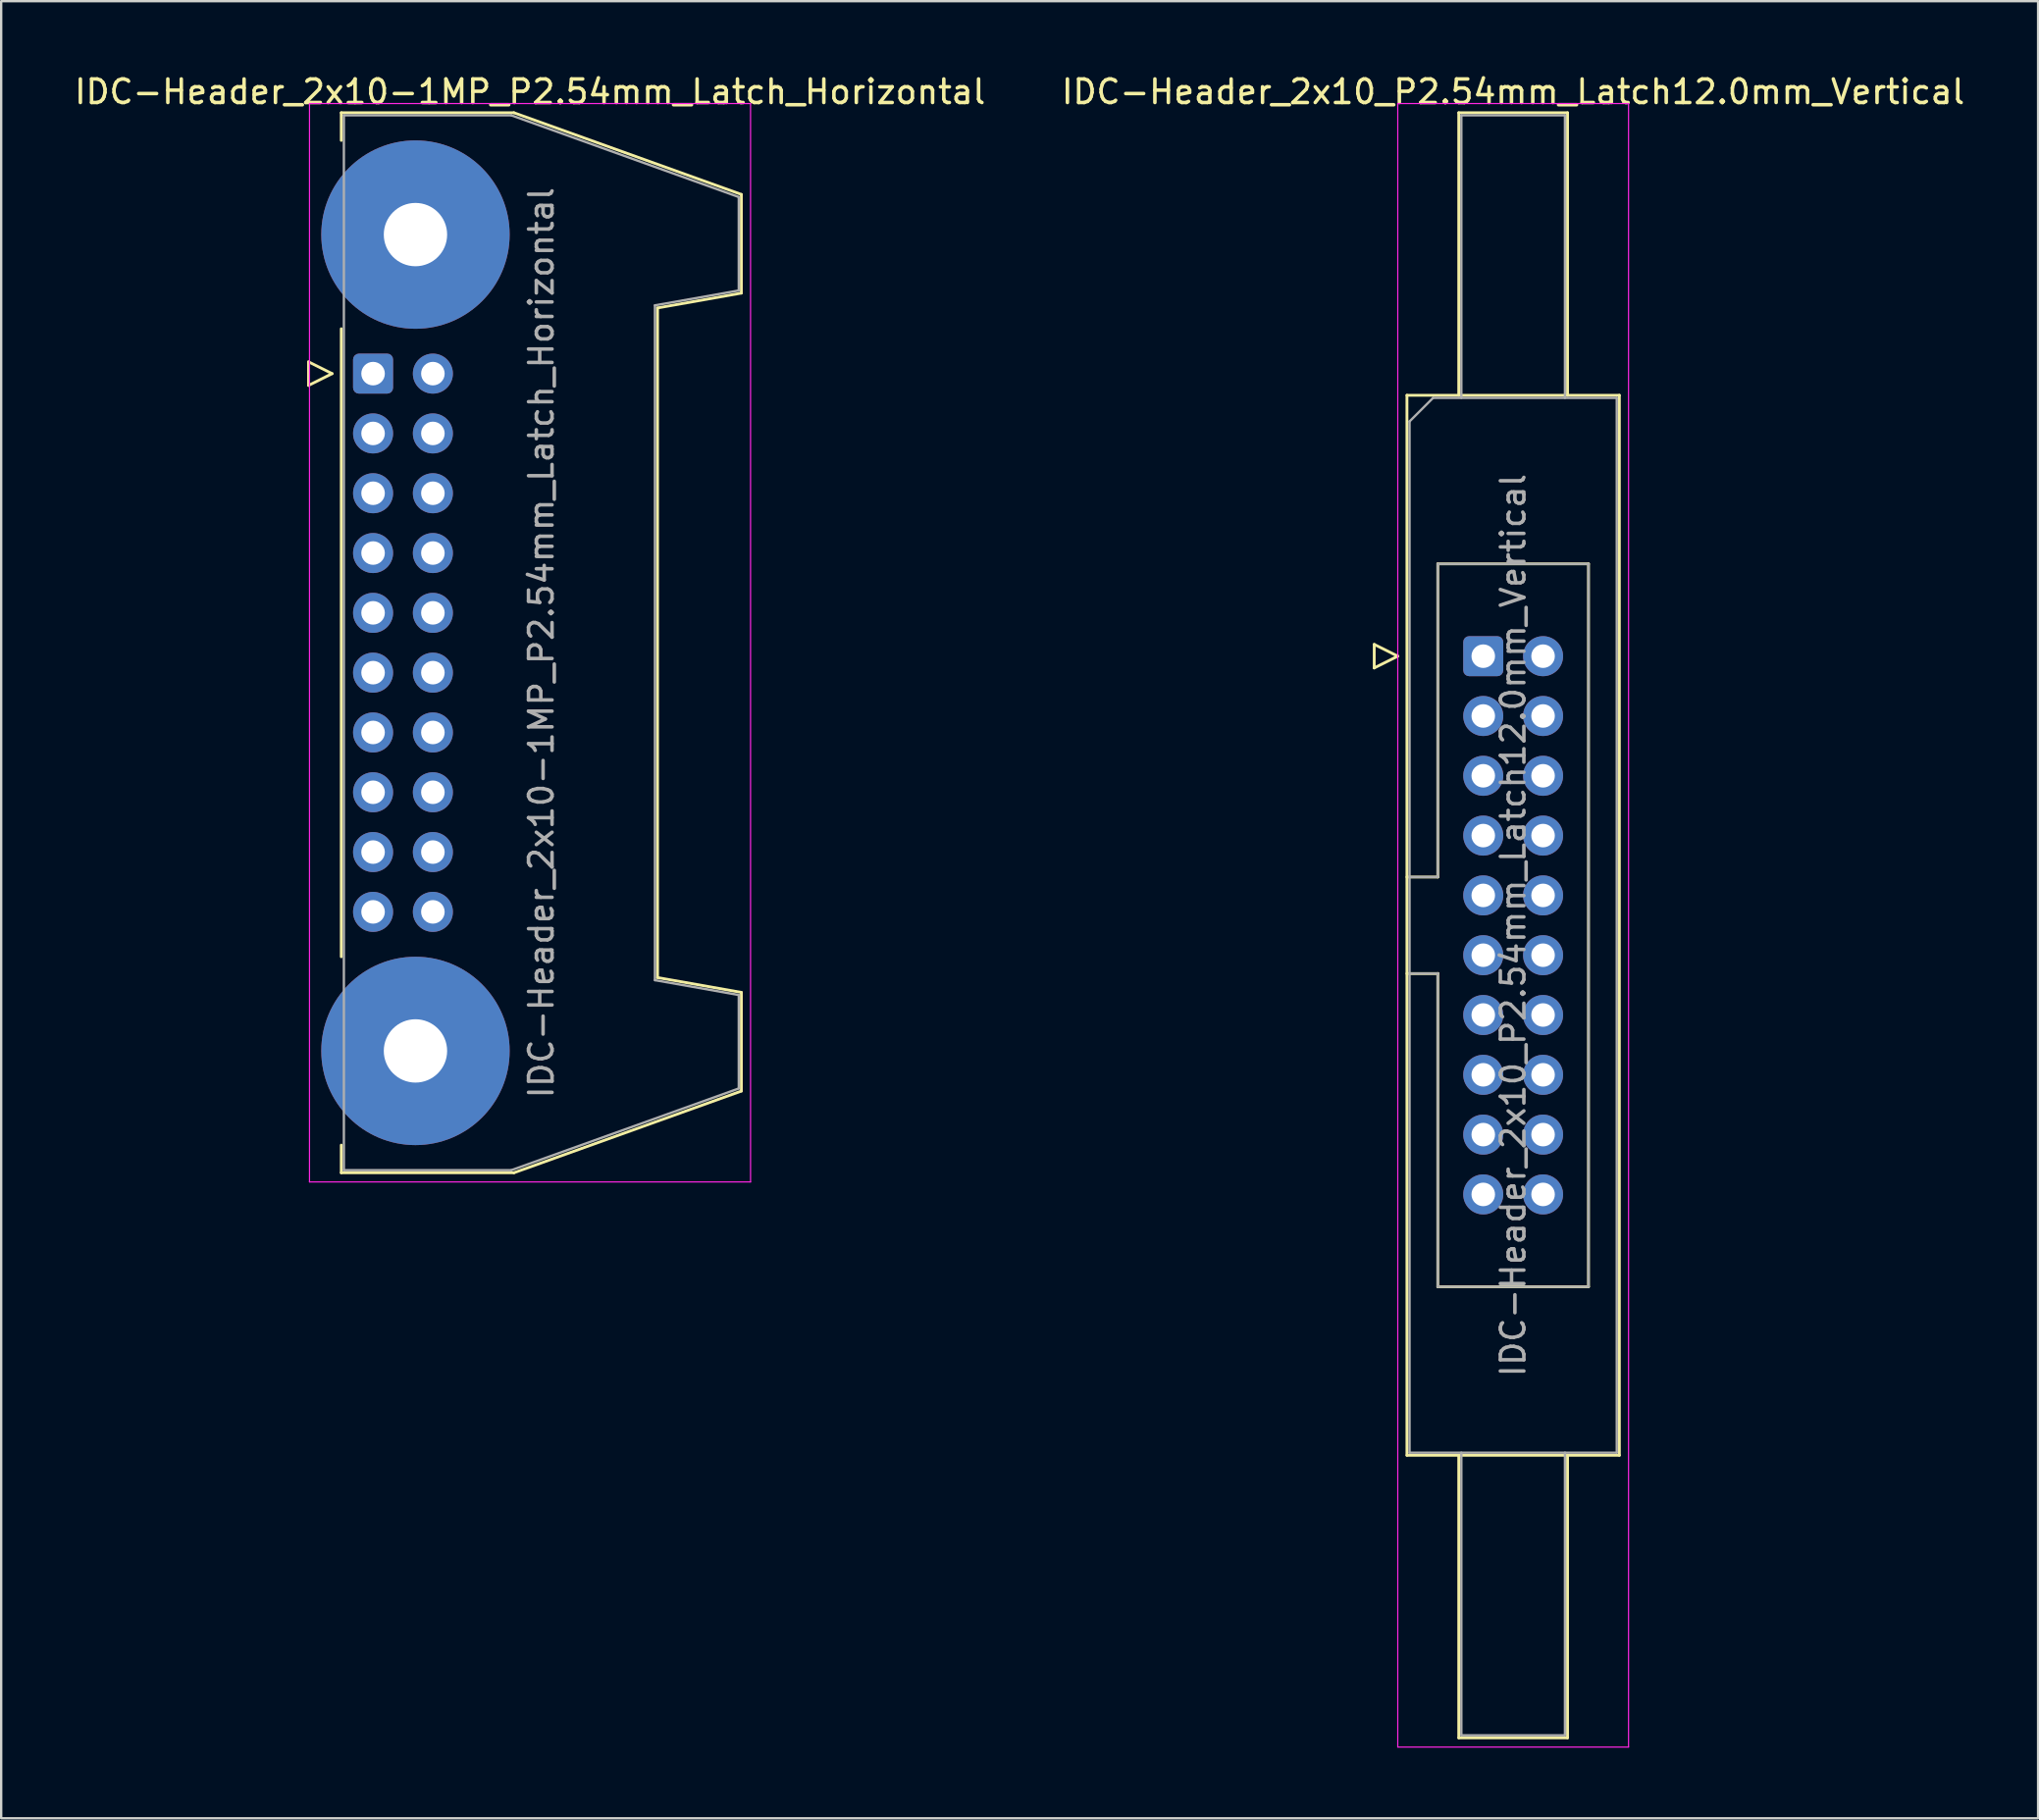
<source format=kicad_pcb>
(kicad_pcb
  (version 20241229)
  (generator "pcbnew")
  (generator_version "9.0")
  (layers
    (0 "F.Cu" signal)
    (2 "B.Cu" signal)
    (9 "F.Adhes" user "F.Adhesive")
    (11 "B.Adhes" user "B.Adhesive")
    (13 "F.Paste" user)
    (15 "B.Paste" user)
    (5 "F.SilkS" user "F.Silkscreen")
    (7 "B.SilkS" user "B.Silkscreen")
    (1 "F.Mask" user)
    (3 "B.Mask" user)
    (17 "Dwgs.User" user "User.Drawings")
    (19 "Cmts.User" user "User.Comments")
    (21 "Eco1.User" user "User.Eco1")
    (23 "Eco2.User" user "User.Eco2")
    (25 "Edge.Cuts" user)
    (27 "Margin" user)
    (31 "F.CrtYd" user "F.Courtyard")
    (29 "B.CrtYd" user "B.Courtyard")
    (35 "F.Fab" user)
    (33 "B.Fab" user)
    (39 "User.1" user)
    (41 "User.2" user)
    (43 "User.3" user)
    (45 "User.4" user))
  (footprint "IDC-Header_2x10-1MP_P2.54mm_Latch_Horizontal"
    (layer "F.Cu")
    (at 12.793 12.818)
    (property "Reference" "IDC-Header_2x10-1MP_P2.54mm_Latch_Horizontal" (at 6.665 -11.97 0) (layer "F.SilkS") (effects (font (size 1 1) (thickness 0.15))))
    (attr through_hole)
    (fp_line (start -2.74 -0.5) (end -2.74 0.5) (stroke (width 0.12) (type solid)) (layer "F.SilkS"))
    (fp_line (start -2.74 0.5) (end -1.74 0) (stroke (width 0.12) (type solid)) (layer "F.SilkS"))
    (fp_line (start -1.74 0) (end -2.74 -0.5) (stroke (width 0.12) (type solid)) (layer "F.SilkS"))
    (fp_line (start -1.35 -11.08) (end -1.35 -9.905) (stroke (width 0.12) (type solid)) (layer "F.SilkS"))
    (fp_line (start -1.35 -11.08) (end 5.98 -11.08) (stroke (width 0.12) (type solid)) (layer "F.SilkS"))
    (fp_line (start -1.35 -1.905) (end -1.35 24.765) (stroke (width 0.12) (type solid)) (layer "F.SilkS"))
    (fp_line (start -1.35 32.765) (end -1.35 33.94) (stroke (width 0.12) (type solid)) (layer "F.SilkS"))
    (fp_line (start 5.98 -11.08) (end 15.64 -7.61) (stroke (width 0.12) (type solid)) (layer "F.SilkS"))
    (fp_line (start 5.98 33.94) (end -1.35 33.94) (stroke (width 0.12) (type solid)) (layer "F.SilkS"))
    (fp_line (start 12.08 -2.79) (end 12.08 25.65) (stroke (width 0.12) (type solid)) (layer "F.SilkS"))
    (fp_line (start 12.08 25.65) (end 15.64 26.28) (stroke (width 0.12) (type solid)) (layer "F.SilkS"))
    (fp_line (start 15.64 -7.61) (end 15.64 -3.42) (stroke (width 0.12) (type solid)) (layer "F.SilkS"))
    (fp_line (start 15.64 -3.42) (end 12.08 -2.79) (stroke (width 0.12) (type solid)) (layer "F.SilkS"))
    (fp_line (start 15.64 26.28) (end 15.64 30.47) (stroke (width 0.12) (type solid)) (layer "F.SilkS"))
    (fp_line (start 15.64 30.47) (end 5.98 33.94) (stroke (width 0.12) (type solid)) (layer "F.SilkS"))
    (fp_line (start -2.7 -11.47) (end -2.7 34.33) (stroke (width 0.05) (type solid)) (layer "F.CrtYd"))
    (fp_line (start -2.7 34.33) (end 16.03 34.33) (stroke (width 0.05) (type solid)) (layer "F.CrtYd"))
    (fp_line (start 16.03 -11.47) (end -2.7 -11.47) (stroke (width 0.05) (type solid)) (layer "F.CrtYd"))
    (fp_line (start 16.03 34.33) (end 16.03 -11.47) (stroke (width 0.05) (type solid)) (layer "F.CrtYd"))
    (fp_line (start -1.24 -10.97) (end 5.87 -10.97) (stroke (width 0.1) (type solid)) (layer "F.Fab"))
    (fp_line (start -1.24 33.83) (end -1.24 -10.97) (stroke (width 0.1) (type solid)) (layer "F.Fab"))
    (fp_line (start 5.87 -10.97) (end 15.53 -7.5) (stroke (width 0.1) (type solid)) (layer "F.Fab"))
    (fp_line (start 5.87 33.83) (end -1.24 33.83) (stroke (width 0.1) (type solid)) (layer "F.Fab"))
    (fp_line (start 11.97 -2.9) (end 11.97 25.76) (stroke (width 0.1) (type solid)) (layer "F.Fab"))
    (fp_line (start 11.97 25.76) (end 15.53 26.39) (stroke (width 0.1) (type solid)) (layer "F.Fab"))
    (fp_line (start 15.53 -7.5) (end 15.53 -3.53) (stroke (width 0.1) (type solid)) (layer "F.Fab"))
    (fp_line (start 15.53 -3.53) (end 11.97 -2.9) (stroke (width 0.1) (type solid)) (layer "F.Fab"))
    (fp_line (start 15.53 26.39) (end 15.53 30.36) (stroke (width 0.1) (type solid)) (layer "F.Fab"))
    (fp_line (start 15.53 30.36) (end 5.87 33.83) (stroke (width 0.1) (type solid)) (layer "F.Fab"))
    (fp_text user "${REFERENCE}" (at 7.145 11.43 90) (layer "F.Fab") (effects (font (size 1 1) (thickness 0.15))))
    (pad "1" thru_hole roundrect (at 0 0) (size 1.7 1.7) (drill 1) (layers "*.Cu" "*.Mask") (roundrect_rratio 0.147))
    (pad "2" thru_hole circle (at 2.54 0) (size 1.7 1.7) (drill 1) (layers "*.Cu" "*.Mask"))
    (pad "3" thru_hole circle (at 0 2.54) (size 1.7 1.7) (drill 1) (layers "*.Cu" "*.Mask"))
    (pad "4" thru_hole circle (at 2.54 2.54) (size 1.7 1.7) (drill 1) (layers "*.Cu" "*.Mask"))
    (pad "5" thru_hole circle (at 0 5.08) (size 1.7 1.7) (drill 1) (layers "*.Cu" "*.Mask"))
    (pad "6" thru_hole circle (at 2.54 5.08) (size 1.7 1.7) (drill 1) (layers "*.Cu" "*.Mask"))
    (pad "7" thru_hole circle (at 0 7.62) (size 1.7 1.7) (drill 1) (layers "*.Cu" "*.Mask"))
    (pad "8" thru_hole circle (at 2.54 7.62) (size 1.7 1.7) (drill 1) (layers "*.Cu" "*.Mask"))
    (pad "9" thru_hole circle (at 0 10.16) (size 1.7 1.7) (drill 1) (layers "*.Cu" "*.Mask"))
    (pad "10" thru_hole circle (at 2.54 10.16) (size 1.7 1.7) (drill 1) (layers "*.Cu" "*.Mask"))
    (pad "11" thru_hole circle (at 0 12.7) (size 1.7 1.7) (drill 1) (layers "*.Cu" "*.Mask"))
    (pad "12" thru_hole circle (at 2.54 12.7) (size 1.7 1.7) (drill 1) (layers "*.Cu" "*.Mask"))
    (pad "13" thru_hole circle (at 0 15.24) (size 1.7 1.7) (drill 1) (layers "*.Cu" "*.Mask"))
    (pad "14" thru_hole circle (at 2.54 15.24) (size 1.7 1.7) (drill 1) (layers "*.Cu" "*.Mask"))
    (pad "15" thru_hole circle (at 0 17.78) (size 1.7 1.7) (drill 1) (layers "*.Cu" "*.Mask"))
    (pad "16" thru_hole circle (at 2.54 17.78) (size 1.7 1.7) (drill 1) (layers "*.Cu" "*.Mask"))
    (pad "17" thru_hole circle (at 0 20.32) (size 1.7 1.7) (drill 1) (layers "*.Cu" "*.Mask"))
    (pad "18" thru_hole circle (at 2.54 20.32) (size 1.7 1.7) (drill 1) (layers "*.Cu" "*.Mask"))
    (pad "19" thru_hole circle (at 0 22.86) (size 1.7 1.7) (drill 1) (layers "*.Cu" "*.Mask"))
    (pad "20" thru_hole circle (at 2.54 22.86) (size 1.7 1.7) (drill 1) (layers "*.Cu" "*.Mask"))
    (pad "MP" thru_hole circle (at 1.8 -5.905) (size 8 8) (drill 2.69) (layers "*.Cu" "*.Mask"))
    (pad "MP" thru_hole circle (at 1.8 28.765) (size 8 8) (drill 2.69) (layers "*.Cu" "*.Mask")))
  (footprint "IDC-Header_2x10_P2.54mm_Latch12.0mm_Vertical"
    (layer "F.Cu")
    (at 59.938 24.818)
    (property "Reference" "IDC-Header_2x10_P2.54mm_Latch12.0mm_Vertical" (at 1.27 -23.97 0) (layer "F.SilkS") (effects (font (size 1 1) (thickness 0.15))))
    (attr through_hole)
    (fp_line (start -4.63 -0.5) (end -4.63 0.5) (stroke (width 0.12) (type solid)) (layer "F.SilkS"))
    (fp_line (start -4.63 0.5) (end -3.63 0) (stroke (width 0.12) (type solid)) (layer "F.SilkS"))
    (fp_line (start -3.63 0) (end -4.63 -0.5) (stroke (width 0.12) (type solid)) (layer "F.SilkS"))
    (fp_line (start -3.24 -11.08) (end 5.78 -11.08) (stroke (width 0.12) (type solid)) (layer "F.SilkS"))
    (fp_line (start -3.24 9.38) (end -1.93 9.38) (stroke (width 0.12) (type solid)) (layer "F.SilkS"))
    (fp_line (start -3.24 33.94) (end -3.24 -11.08) (stroke (width 0.12) (type solid)) (layer "F.SilkS"))
    (fp_line (start -1.93 -3.92) (end 4.47 -3.92) (stroke (width 0.12) (type solid)) (layer "F.SilkS"))
    (fp_line (start -1.93 9.38) (end -1.93 -3.92) (stroke (width 0.12) (type solid)) (layer "F.SilkS"))
    (fp_line (start -1.93 13.48) (end -3.24 13.48) (stroke (width 0.12) (type solid)) (layer "F.SilkS"))
    (fp_line (start -1.93 13.48) (end -1.93 13.48) (stroke (width 0.12) (type solid)) (layer "F.SilkS"))
    (fp_line (start -1.93 26.78) (end -1.93 13.48) (stroke (width 0.12) (type solid)) (layer "F.SilkS"))
    (fp_line (start -1.04 -23.08) (end 3.58 -23.08) (stroke (width 0.12) (type solid)) (layer "F.SilkS"))
    (fp_line (start -1.04 -11.08) (end -1.04 -23.08) (stroke (width 0.12) (type solid)) (layer "F.SilkS"))
    (fp_line (start -1.04 33.94) (end -1.04 45.94) (stroke (width 0.12) (type solid)) (layer "F.SilkS"))
    (fp_line (start -1.04 45.94) (end 3.58 45.94) (stroke (width 0.12) (type solid)) (layer "F.SilkS"))
    (fp_line (start 3.58 -23.08) (end 3.58 -11.08) (stroke (width 0.12) (type solid)) (layer "F.SilkS"))
    (fp_line (start 3.58 45.94) (end 3.58 33.94) (stroke (width 0.12) (type solid)) (layer "F.SilkS"))
    (fp_line (start 4.47 -3.92) (end 4.47 26.78) (stroke (width 0.12) (type solid)) (layer "F.SilkS"))
    (fp_line (start 4.47 26.78) (end -1.93 26.78) (stroke (width 0.12) (type solid)) (layer "F.SilkS"))
    (fp_line (start 5.78 -11.08) (end 5.78 33.94) (stroke (width 0.12) (type solid)) (layer "F.SilkS"))
    (fp_line (start 5.78 33.94) (end -3.24 33.94) (stroke (width 0.12) (type solid)) (layer "F.SilkS"))
    (fp_line (start -3.63 -23.47) (end -3.63 46.33) (stroke (width 0.05) (type solid)) (layer "F.CrtYd"))
    (fp_line (start -3.63 46.33) (end 6.17 46.33) (stroke (width 0.05) (type solid)) (layer "F.CrtYd"))
    (fp_line (start 6.17 -23.47) (end -3.63 -23.47) (stroke (width 0.05) (type solid)) (layer "F.CrtYd"))
    (fp_line (start 6.17 46.33) (end 6.17 -23.47) (stroke (width 0.05) (type solid)) (layer "F.CrtYd"))
    (fp_line (start -3.13 -9.97) (end -2.13 -10.97) (stroke (width 0.1) (type solid)) (layer "F.Fab"))
    (fp_line (start -3.13 9.38) (end -1.93 9.38) (stroke (width 0.1) (type solid)) (layer "F.Fab"))
    (fp_line (start -3.13 33.83) (end -3.13 -9.97) (stroke (width 0.1) (type solid)) (layer "F.Fab"))
    (fp_line (start -2.13 -10.97) (end 5.67 -10.97) (stroke (width 0.1) (type solid)) (layer "F.Fab"))
    (fp_line (start -1.93 -3.92) (end 4.47 -3.92) (stroke (width 0.1) (type solid)) (layer "F.Fab"))
    (fp_line (start -1.93 9.38) (end -1.93 -3.92) (stroke (width 0.1) (type solid)) (layer "F.Fab"))
    (fp_line (start -1.93 13.48) (end -3.13 13.48) (stroke (width 0.1) (type solid)) (layer "F.Fab"))
    (fp_line (start -1.93 13.48) (end -1.93 13.48) (stroke (width 0.1) (type solid)) (layer "F.Fab"))
    (fp_line (start -1.93 26.78) (end -1.93 13.48) (stroke (width 0.1) (type solid)) (layer "F.Fab"))
    (fp_line (start -0.93 -22.97) (end 3.47 -22.97) (stroke (width 0.1) (type solid)) (layer "F.Fab"))
    (fp_line (start -0.93 -10.97) (end -0.93 -22.97) (stroke (width 0.1) (type solid)) (layer "F.Fab"))
    (fp_line (start -0.93 33.83) (end -0.93 45.83) (stroke (width 0.1) (type solid)) (layer "F.Fab"))
    (fp_line (start -0.93 45.83) (end 3.47 45.83) (stroke (width 0.1) (type solid)) (layer "F.Fab"))
    (fp_line (start 3.47 -22.97) (end 3.47 -10.97) (stroke (width 0.1) (type solid)) (layer "F.Fab"))
    (fp_line (start 3.47 45.83) (end 3.47 33.83) (stroke (width 0.1) (type solid)) (layer "F.Fab"))
    (fp_line (start 4.47 -3.92) (end 4.47 26.78) (stroke (width 0.1) (type solid)) (layer "F.Fab"))
    (fp_line (start 4.47 26.78) (end -1.93 26.78) (stroke (width 0.1) (type solid)) (layer "F.Fab"))
    (fp_line (start 5.67 -10.97) (end 5.67 33.83) (stroke (width 0.1) (type solid)) (layer "F.Fab"))
    (fp_line (start 5.67 33.83) (end -3.13 33.83) (stroke (width 0.1) (type solid)) (layer "F.Fab"))
    (fp_text user "${REFERENCE}" (at 1.27 11.43 90) (layer "F.Fab") (effects (font (size 1 1) (thickness 0.15))))
    (pad "1" thru_hole roundrect (at 0 0) (size 1.7 1.7) (drill 1) (layers "*.Cu" "*.Mask") (roundrect_rratio 0.147))
    (pad "2" thru_hole circle (at 2.54 0) (size 1.7 1.7) (drill 1) (layers "*.Cu" "*.Mask"))
    (pad "3" thru_hole circle (at 0 2.54) (size 1.7 1.7) (drill 1) (layers "*.Cu" "*.Mask"))
    (pad "4" thru_hole circle (at 2.54 2.54) (size 1.7 1.7) (drill 1) (layers "*.Cu" "*.Mask"))
    (pad "5" thru_hole circle (at 0 5.08) (size 1.7 1.7) (drill 1) (layers "*.Cu" "*.Mask"))
    (pad "6" thru_hole circle (at 2.54 5.08) (size 1.7 1.7) (drill 1) (layers "*.Cu" "*.Mask"))
    (pad "7" thru_hole circle (at 0 7.62) (size 1.7 1.7) (drill 1) (layers "*.Cu" "*.Mask"))
    (pad "8" thru_hole circle (at 2.54 7.62) (size 1.7 1.7) (drill 1) (layers "*.Cu" "*.Mask"))
    (pad "9" thru_hole circle (at 0 10.16) (size 1.7 1.7) (drill 1) (layers "*.Cu" "*.Mask"))
    (pad "10" thru_hole circle (at 2.54 10.16) (size 1.7 1.7) (drill 1) (layers "*.Cu" "*.Mask"))
    (pad "11" thru_hole circle (at 0 12.7) (size 1.7 1.7) (drill 1) (layers "*.Cu" "*.Mask"))
    (pad "12" thru_hole circle (at 2.54 12.7) (size 1.7 1.7) (drill 1) (layers "*.Cu" "*.Mask"))
    (pad "13" thru_hole circle (at 0 15.24) (size 1.7 1.7) (drill 1) (layers "*.Cu" "*.Mask"))
    (pad "14" thru_hole circle (at 2.54 15.24) (size 1.7 1.7) (drill 1) (layers "*.Cu" "*.Mask"))
    (pad "15" thru_hole circle (at 0 17.78) (size 1.7 1.7) (drill 1) (layers "*.Cu" "*.Mask"))
    (pad "16" thru_hole circle (at 2.54 17.78) (size 1.7 1.7) (drill 1) (layers "*.Cu" "*.Mask"))
    (pad "17" thru_hole circle (at 0 20.32) (size 1.7 1.7) (drill 1) (layers "*.Cu" "*.Mask"))
    (pad "18" thru_hole circle (at 2.54 20.32) (size 1.7 1.7) (drill 1) (layers "*.Cu" "*.Mask"))
    (pad "19" thru_hole circle (at 0 22.86) (size 1.7 1.7) (drill 1) (layers "*.Cu" "*.Mask"))
    (pad "20" thru_hole circle (at 2.54 22.86) (size 1.7 1.7) (drill 1) (layers "*.Cu" "*.Mask")))
  (gr_rect
    (start -3 -3)
    (end 83.5 74.173)
    (stroke (width 0.1) (type default))
    (fill no)
    (layer "Edge.Cuts")))
</source>
